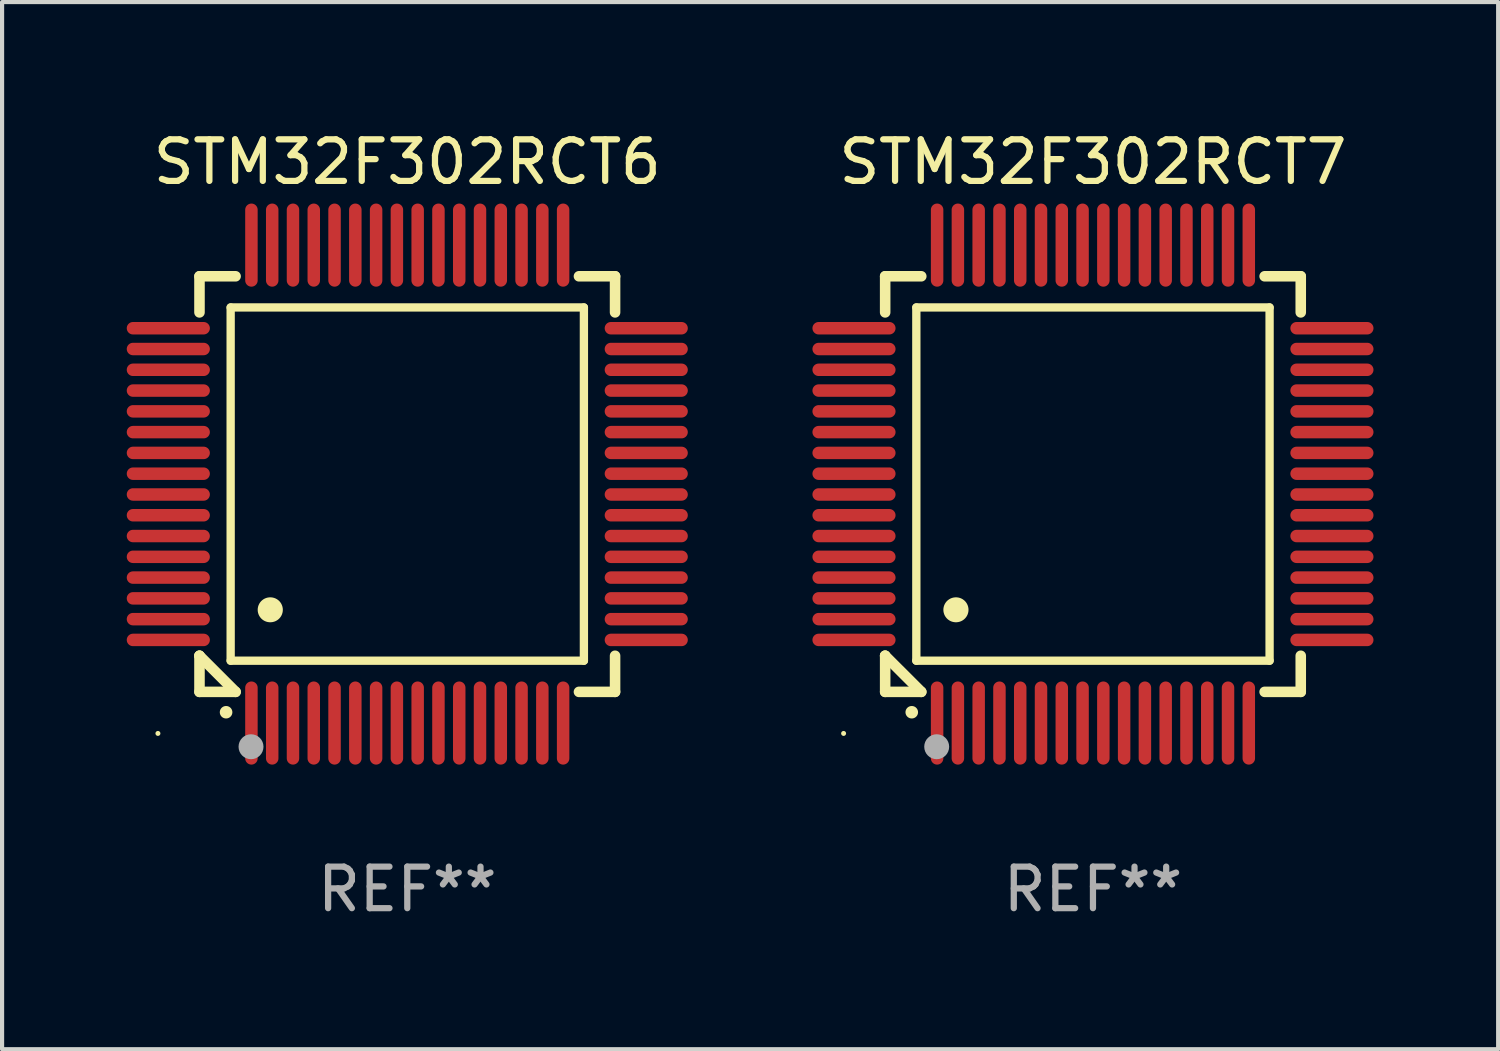
<source format=kicad_pcb>
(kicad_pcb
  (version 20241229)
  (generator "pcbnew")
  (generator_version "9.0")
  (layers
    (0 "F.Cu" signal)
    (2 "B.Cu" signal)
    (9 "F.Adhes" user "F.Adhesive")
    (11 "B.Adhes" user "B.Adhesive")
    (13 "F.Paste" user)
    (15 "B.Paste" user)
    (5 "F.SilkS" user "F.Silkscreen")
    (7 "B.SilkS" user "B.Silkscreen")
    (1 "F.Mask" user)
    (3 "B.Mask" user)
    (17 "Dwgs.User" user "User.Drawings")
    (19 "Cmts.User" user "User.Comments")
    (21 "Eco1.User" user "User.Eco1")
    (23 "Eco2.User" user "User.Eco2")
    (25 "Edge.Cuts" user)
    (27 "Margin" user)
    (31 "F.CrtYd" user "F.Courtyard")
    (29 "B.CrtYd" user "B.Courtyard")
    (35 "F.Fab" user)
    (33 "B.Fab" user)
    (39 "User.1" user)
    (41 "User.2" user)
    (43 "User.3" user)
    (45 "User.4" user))
  (footprint "STM32F302RCT6"
    (layer "F.Cu")
    (at 6.75 8.598)
    (property "Reference" "STM32F302RCT6" (at 0 -7.75 0) (layer "F.SilkS") (effects (font (size 1 1) (thickness 0.15))))
    (attr through_hole)
    (fp_line (start -5 -5) (end -4.131 -5) (stroke (width 0.254) (type solid)) (layer "F.SilkS"))
    (fp_line (start -5 -4.131) (end -5 -5) (stroke (width 0.254) (type solid)) (layer "F.SilkS"))
    (fp_line (start -5 4.131) (end -5 4.131) (stroke (width 0.254) (type solid)) (layer "F.SilkS"))
    (fp_line (start -5 5) (end -5 4.131) (stroke (width 0.254) (type solid)) (layer "F.SilkS"))
    (fp_line (start -5 4.131) (end -4.131 5) (stroke (width 0.254) (type solid)) (layer "F.SilkS"))
    (fp_line (start -4.25 -4.25) (end -4.25 4.25) (stroke (width 0.2) (type solid)) (layer "F.SilkS"))
    (fp_line (start -4.25 4.25) (end 4.25 4.25) (stroke (width 0.2) (type solid)) (layer "F.SilkS"))
    (fp_line (start -4.131 5) (end -5 5) (stroke (width 0.254) (type solid)) (layer "F.SilkS"))
    (fp_line (start 4.25 -4.25) (end -4.25 -4.25) (stroke (width 0.2) (type solid)) (layer "F.SilkS"))
    (fp_line (start 4.25 4.25) (end 4.25 -4.25) (stroke (width 0.2) (type solid)) (layer "F.SilkS"))
    (fp_line (start 5 -5) (end 4.131 -5) (stroke (width 0.254) (type solid)) (layer "F.SilkS"))
    (fp_line (start 5 -5) (end 5 -4.131) (stroke (width 0.254) (type solid)) (layer "F.SilkS"))
    (fp_line (start 5 4.131) (end 5 5) (stroke (width 0.254) (type solid)) (layer "F.SilkS"))
    (fp_line (start 5 5) (end 4.131 5) (stroke (width 0.254) (type solid)) (layer "F.SilkS"))
    (fp_arc (start -4.361265 5.489992) (mid -4.359995 5.489987) (end -4.358725 5.489992) (stroke (width 0.3) (type solid)) (layer "F.SilkS"))
    (fp_arc (start -3.299467 3.025146) (mid -3.296927 3.025135) (end -3.294387 3.025146) (stroke (width 0.6) (type solid)) (layer "F.SilkS"))
    (fp_circle (center -6 6) (end -5.97 6) (stroke (width 0.06) (type solid)) (fill no) (layer "F.SilkS"))
    (fp_circle (center -3.76 6.32) (end -3.61 6.32) (stroke (width 0.3) (type solid)) (fill no) (layer "F.Fab"))
    (fp_text user "REF**" (at 0 9.75 0) (layer "F.Fab") (effects (font (size 1 1) (thickness 0.15))))
    (pad "1" smd oval (at -3.75 5.75) (size 0.3 2) (layers "F.Cu" "F.Mask" "F.Paste"))
    (pad "2" smd oval (at -3.25 5.75) (size 0.3 2) (layers "F.Cu" "F.Mask" "F.Paste"))
    (pad "3" smd oval (at -2.75 5.75) (size 0.3 2) (layers "F.Cu" "F.Mask" "F.Paste"))
    (pad "4" smd oval (at -2.25 5.75) (size 0.3 2) (layers "F.Cu" "F.Mask" "F.Paste"))
    (pad "5" smd oval (at -1.75 5.75) (size 0.3 2) (layers "F.Cu" "F.Mask" "F.Paste"))
    (pad "6" smd oval (at -1.25 5.75) (size 0.3 2) (layers "F.Cu" "F.Mask" "F.Paste"))
    (pad "7" smd oval (at -0.75 5.75) (size 0.3 2) (layers "F.Cu" "F.Mask" "F.Paste"))
    (pad "8" smd oval (at -0.25 5.75) (size 0.3 2) (layers "F.Cu" "F.Mask" "F.Paste"))
    (pad "9" smd oval (at 0.25 5.75) (size 0.3 2) (layers "F.Cu" "F.Mask" "F.Paste"))
    (pad "10" smd oval (at 0.75 5.75) (size 0.3 2) (layers "F.Cu" "F.Mask" "F.Paste"))
    (pad "11" smd oval (at 1.25 5.75) (size 0.3 2) (layers "F.Cu" "F.Mask" "F.Paste"))
    (pad "12" smd oval (at 1.75 5.75) (size 0.3 2) (layers "F.Cu" "F.Mask" "F.Paste"))
    (pad "13" smd oval (at 2.25 5.75) (size 0.3 2) (layers "F.Cu" "F.Mask" "F.Paste"))
    (pad "14" smd oval (at 2.75 5.75) (size 0.3 2) (layers "F.Cu" "F.Mask" "F.Paste"))
    (pad "15" smd oval (at 3.25 5.75) (size 0.3 2) (layers "F.Cu" "F.Mask" "F.Paste"))
    (pad "16" smd oval (at 3.75 5.75) (size 0.3 2) (layers "F.Cu" "F.Mask" "F.Paste"))
    (pad "17" smd oval (at 5.75 3.75) (size 2 0.3) (layers "F.Cu" "F.Mask" "F.Paste"))
    (pad "18" smd oval (at 5.75 3.25) (size 2 0.3) (layers "F.Cu" "F.Mask" "F.Paste"))
    (pad "19" smd oval (at 5.75 2.75) (size 2 0.3) (layers "F.Cu" "F.Mask" "F.Paste"))
    (pad "20" smd oval (at 5.75 2.25) (size 2 0.3) (layers "F.Cu" "F.Mask" "F.Paste"))
    (pad "21" smd oval (at 5.75 1.75) (size 2 0.3) (layers "F.Cu" "F.Mask" "F.Paste"))
    (pad "22" smd oval (at 5.75 1.25) (size 2 0.3) (layers "F.Cu" "F.Mask" "F.Paste"))
    (pad "23" smd oval (at 5.75 0.75) (size 2 0.3) (layers "F.Cu" "F.Mask" "F.Paste"))
    (pad "24" smd oval (at 5.75 0.25) (size 2 0.3) (layers "F.Cu" "F.Mask" "F.Paste"))
    (pad "25" smd oval (at 5.75 -0.25) (size 2 0.3) (layers "F.Cu" "F.Mask" "F.Paste"))
    (pad "26" smd oval (at 5.75 -0.75) (size 2 0.3) (layers "F.Cu" "F.Mask" "F.Paste"))
    (pad "27" smd oval (at 5.75 -1.25) (size 2 0.3) (layers "F.Cu" "F.Mask" "F.Paste"))
    (pad "28" smd oval (at 5.75 -1.75) (size 2 0.3) (layers "F.Cu" "F.Mask" "F.Paste"))
    (pad "29" smd oval (at 5.75 -2.25) (size 2 0.3) (layers "F.Cu" "F.Mask" "F.Paste"))
    (pad "30" smd oval (at 5.75 -2.75) (size 2 0.3) (layers "F.Cu" "F.Mask" "F.Paste"))
    (pad "31" smd oval (at 5.75 -3.25) (size 2 0.3) (layers "F.Cu" "F.Mask" "F.Paste"))
    (pad "32" smd oval (at 5.75 -3.75) (size 2 0.3) (layers "F.Cu" "F.Mask" "F.Paste"))
    (pad "33" smd oval (at 3.75 -5.75) (size 0.3 2) (layers "F.Cu" "F.Mask" "F.Paste"))
    (pad "34" smd oval (at 3.25 -5.75) (size 0.3 2) (layers "F.Cu" "F.Mask" "F.Paste"))
    (pad "35" smd oval (at 2.75 -5.75) (size 0.3 2) (layers "F.Cu" "F.Mask" "F.Paste"))
    (pad "36" smd oval (at 2.25 -5.75) (size 0.3 2) (layers "F.Cu" "F.Mask" "F.Paste"))
    (pad "37" smd oval (at 1.75 -5.75) (size 0.3 2) (layers "F.Cu" "F.Mask" "F.Paste"))
    (pad "38" smd oval (at 1.25 -5.75) (size 0.3 2) (layers "F.Cu" "F.Mask" "F.Paste"))
    (pad "39" smd oval (at 0.75 -5.75) (size 0.3 2) (layers "F.Cu" "F.Mask" "F.Paste"))
    (pad "40" smd oval (at 0.25 -5.75) (size 0.3 2) (layers "F.Cu" "F.Mask" "F.Paste"))
    (pad "41" smd oval (at -0.25 -5.75) (size 0.3 2) (layers "F.Cu" "F.Mask" "F.Paste"))
    (pad "42" smd oval (at -0.75 -5.75) (size 0.3 2) (layers "F.Cu" "F.Mask" "F.Paste"))
    (pad "43" smd oval (at -1.25 -5.75) (size 0.3 2) (layers "F.Cu" "F.Mask" "F.Paste"))
    (pad "44" smd oval (at -1.75 -5.75) (size 0.3 2) (layers "F.Cu" "F.Mask" "F.Paste"))
    (pad "45" smd oval (at -2.25 -5.75) (size 0.3 2) (layers "F.Cu" "F.Mask" "F.Paste"))
    (pad "46" smd oval (at -2.75 -5.75) (size 0.3 2) (layers "F.Cu" "F.Mask" "F.Paste"))
    (pad "47" smd oval (at -3.25 -5.75) (size 0.3 2) (layers "F.Cu" "F.Mask" "F.Paste"))
    (pad "48" smd oval (at -3.75 -5.75) (size 0.3 2) (layers "F.Cu" "F.Mask" "F.Paste"))
    (pad "49" smd oval (at -5.75 -3.75) (size 2 0.3) (layers "F.Cu" "F.Mask" "F.Paste"))
    (pad "50" smd oval (at -5.75 -3.25) (size 2 0.3) (layers "F.Cu" "F.Mask" "F.Paste"))
    (pad "51" smd oval (at -5.75 -2.75) (size 2 0.3) (layers "F.Cu" "F.Mask" "F.Paste"))
    (pad "52" smd oval (at -5.75 -2.25) (size 2 0.3) (layers "F.Cu" "F.Mask" "F.Paste"))
    (pad "53" smd oval (at -5.75 -1.75) (size 2 0.3) (layers "F.Cu" "F.Mask" "F.Paste"))
    (pad "54" smd oval (at -5.75 -1.25) (size 2 0.3) (layers "F.Cu" "F.Mask" "F.Paste"))
    (pad "55" smd oval (at -5.75 -0.75) (size 2 0.3) (layers "F.Cu" "F.Mask" "F.Paste"))
    (pad "56" smd oval (at -5.75 -0.25) (size 2 0.3) (layers "F.Cu" "F.Mask" "F.Paste"))
    (pad "57" smd oval (at -5.75 0.25) (size 2 0.3) (layers "F.Cu" "F.Mask" "F.Paste"))
    (pad "58" smd oval (at -5.75 0.75) (size 2 0.3) (layers "F.Cu" "F.Mask" "F.Paste"))
    (pad "59" smd oval (at -5.75 1.25) (size 2 0.3) (layers "F.Cu" "F.Mask" "F.Paste"))
    (pad "60" smd oval (at -5.75 1.75) (size 2 0.3) (layers "F.Cu" "F.Mask" "F.Paste"))
    (pad "61" smd oval (at -5.75 2.25) (size 2 0.3) (layers "F.Cu" "F.Mask" "F.Paste"))
    (pad "62" smd oval (at -5.75 2.75) (size 2 0.3) (layers "F.Cu" "F.Mask" "F.Paste"))
    (pad "63" smd oval (at -5.75 3.25) (size 2 0.3) (layers "F.Cu" "F.Mask" "F.Paste"))
    (pad "64" smd oval (at -5.75 3.75) (size 2 0.3) (layers "F.Cu" "F.Mask" "F.Paste")))
  (footprint "STM32F302RCT7"
    (layer "F.Cu")
    (at 23.249 8.598)
    (property "Reference" "STM32F302RCT7" (at 0 -7.75 0) (layer "F.SilkS") (effects (font (size 1 1) (thickness 0.15))))
    (attr through_hole)
    (fp_line (start -5 -5) (end -4.131 -5) (stroke (width 0.254) (type solid)) (layer "F.SilkS"))
    (fp_line (start -5 -4.131) (end -5 -5) (stroke (width 0.254) (type solid)) (layer "F.SilkS"))
    (fp_line (start -5 4.131) (end -5 4.131) (stroke (width 0.254) (type solid)) (layer "F.SilkS"))
    (fp_line (start -5 5) (end -5 4.131) (stroke (width 0.254) (type solid)) (layer "F.SilkS"))
    (fp_line (start -5 4.131) (end -4.131 5) (stroke (width 0.254) (type solid)) (layer "F.SilkS"))
    (fp_line (start -4.25 -4.25) (end -4.25 4.25) (stroke (width 0.2) (type solid)) (layer "F.SilkS"))
    (fp_line (start -4.25 4.25) (end 4.25 4.25) (stroke (width 0.2) (type solid)) (layer "F.SilkS"))
    (fp_line (start -4.131 5) (end -5 5) (stroke (width 0.254) (type solid)) (layer "F.SilkS"))
    (fp_line (start 4.25 -4.25) (end -4.25 -4.25) (stroke (width 0.2) (type solid)) (layer "F.SilkS"))
    (fp_line (start 4.25 4.25) (end 4.25 -4.25) (stroke (width 0.2) (type solid)) (layer "F.SilkS"))
    (fp_line (start 5 -5) (end 4.131 -5) (stroke (width 0.254) (type solid)) (layer "F.SilkS"))
    (fp_line (start 5 -5) (end 5 -4.131) (stroke (width 0.254) (type solid)) (layer "F.SilkS"))
    (fp_line (start 5 4.131) (end 5 5) (stroke (width 0.254) (type solid)) (layer "F.SilkS"))
    (fp_line (start 5 5) (end 4.131 5) (stroke (width 0.254) (type solid)) (layer "F.SilkS"))
    (fp_arc (start -4.361265 5.489992) (mid -4.359995 5.489987) (end -4.358725 5.489992) (stroke (width 0.3) (type solid)) (layer "F.SilkS"))
    (fp_arc (start -3.299467 3.025146) (mid -3.296927 3.025135) (end -3.294387 3.025146) (stroke (width 0.6) (type solid)) (layer "F.SilkS"))
    (fp_circle (center -6 6) (end -5.97 6) (stroke (width 0.06) (type solid)) (fill no) (layer "F.SilkS"))
    (fp_circle (center -3.76 6.32) (end -3.61 6.32) (stroke (width 0.3) (type solid)) (fill no) (layer "F.Fab"))
    (fp_text user "REF**" (at 0 9.75 0) (layer "F.Fab") (effects (font (size 1 1) (thickness 0.15))))
    (pad "1" smd oval (at -3.75 5.75) (size 0.3 2) (layers "F.Cu" "F.Mask" "F.Paste"))
    (pad "2" smd oval (at -3.25 5.75) (size 0.3 2) (layers "F.Cu" "F.Mask" "F.Paste"))
    (pad "3" smd oval (at -2.75 5.75) (size 0.3 2) (layers "F.Cu" "F.Mask" "F.Paste"))
    (pad "4" smd oval (at -2.25 5.75) (size 0.3 2) (layers "F.Cu" "F.Mask" "F.Paste"))
    (pad "5" smd oval (at -1.75 5.75) (size 0.3 2) (layers "F.Cu" "F.Mask" "F.Paste"))
    (pad "6" smd oval (at -1.25 5.75) (size 0.3 2) (layers "F.Cu" "F.Mask" "F.Paste"))
    (pad "7" smd oval (at -0.75 5.75) (size 0.3 2) (layers "F.Cu" "F.Mask" "F.Paste"))
    (pad "8" smd oval (at -0.25 5.75) (size 0.3 2) (layers "F.Cu" "F.Mask" "F.Paste"))
    (pad "9" smd oval (at 0.25 5.75) (size 0.3 2) (layers "F.Cu" "F.Mask" "F.Paste"))
    (pad "10" smd oval (at 0.75 5.75) (size 0.3 2) (layers "F.Cu" "F.Mask" "F.Paste"))
    (pad "11" smd oval (at 1.25 5.75) (size 0.3 2) (layers "F.Cu" "F.Mask" "F.Paste"))
    (pad "12" smd oval (at 1.75 5.75) (size 0.3 2) (layers "F.Cu" "F.Mask" "F.Paste"))
    (pad "13" smd oval (at 2.25 5.75) (size 0.3 2) (layers "F.Cu" "F.Mask" "F.Paste"))
    (pad "14" smd oval (at 2.75 5.75) (size 0.3 2) (layers "F.Cu" "F.Mask" "F.Paste"))
    (pad "15" smd oval (at 3.25 5.75) (size 0.3 2) (layers "F.Cu" "F.Mask" "F.Paste"))
    (pad "16" smd oval (at 3.75 5.75) (size 0.3 2) (layers "F.Cu" "F.Mask" "F.Paste"))
    (pad "17" smd oval (at 5.75 3.75) (size 2 0.3) (layers "F.Cu" "F.Mask" "F.Paste"))
    (pad "18" smd oval (at 5.75 3.25) (size 2 0.3) (layers "F.Cu" "F.Mask" "F.Paste"))
    (pad "19" smd oval (at 5.75 2.75) (size 2 0.3) (layers "F.Cu" "F.Mask" "F.Paste"))
    (pad "20" smd oval (at 5.75 2.25) (size 2 0.3) (layers "F.Cu" "F.Mask" "F.Paste"))
    (pad "21" smd oval (at 5.75 1.75) (size 2 0.3) (layers "F.Cu" "F.Mask" "F.Paste"))
    (pad "22" smd oval (at 5.75 1.25) (size 2 0.3) (layers "F.Cu" "F.Mask" "F.Paste"))
    (pad "23" smd oval (at 5.75 0.75) (size 2 0.3) (layers "F.Cu" "F.Mask" "F.Paste"))
    (pad "24" smd oval (at 5.75 0.25) (size 2 0.3) (layers "F.Cu" "F.Mask" "F.Paste"))
    (pad "25" smd oval (at 5.75 -0.25) (size 2 0.3) (layers "F.Cu" "F.Mask" "F.Paste"))
    (pad "26" smd oval (at 5.75 -0.75) (size 2 0.3) (layers "F.Cu" "F.Mask" "F.Paste"))
    (pad "27" smd oval (at 5.75 -1.25) (size 2 0.3) (layers "F.Cu" "F.Mask" "F.Paste"))
    (pad "28" smd oval (at 5.75 -1.75) (size 2 0.3) (layers "F.Cu" "F.Mask" "F.Paste"))
    (pad "29" smd oval (at 5.75 -2.25) (size 2 0.3) (layers "F.Cu" "F.Mask" "F.Paste"))
    (pad "30" smd oval (at 5.75 -2.75) (size 2 0.3) (layers "F.Cu" "F.Mask" "F.Paste"))
    (pad "31" smd oval (at 5.75 -3.25) (size 2 0.3) (layers "F.Cu" "F.Mask" "F.Paste"))
    (pad "32" smd oval (at 5.75 -3.75) (size 2 0.3) (layers "F.Cu" "F.Mask" "F.Paste"))
    (pad "33" smd oval (at 3.75 -5.75) (size 0.3 2) (layers "F.Cu" "F.Mask" "F.Paste"))
    (pad "34" smd oval (at 3.25 -5.75) (size 0.3 2) (layers "F.Cu" "F.Mask" "F.Paste"))
    (pad "35" smd oval (at 2.75 -5.75) (size 0.3 2) (layers "F.Cu" "F.Mask" "F.Paste"))
    (pad "36" smd oval (at 2.25 -5.75) (size 0.3 2) (layers "F.Cu" "F.Mask" "F.Paste"))
    (pad "37" smd oval (at 1.75 -5.75) (size 0.3 2) (layers "F.Cu" "F.Mask" "F.Paste"))
    (pad "38" smd oval (at 1.25 -5.75) (size 0.3 2) (layers "F.Cu" "F.Mask" "F.Paste"))
    (pad "39" smd oval (at 0.75 -5.75) (size 0.3 2) (layers "F.Cu" "F.Mask" "F.Paste"))
    (pad "40" smd oval (at 0.25 -5.75) (size 0.3 2) (layers "F.Cu" "F.Mask" "F.Paste"))
    (pad "41" smd oval (at -0.25 -5.75) (size 0.3 2) (layers "F.Cu" "F.Mask" "F.Paste"))
    (pad "42" smd oval (at -0.75 -5.75) (size 0.3 2) (layers "F.Cu" "F.Mask" "F.Paste"))
    (pad "43" smd oval (at -1.25 -5.75) (size 0.3 2) (layers "F.Cu" "F.Mask" "F.Paste"))
    (pad "44" smd oval (at -1.75 -5.75) (size 0.3 2) (layers "F.Cu" "F.Mask" "F.Paste"))
    (pad "45" smd oval (at -2.25 -5.75) (size 0.3 2) (layers "F.Cu" "F.Mask" "F.Paste"))
    (pad "46" smd oval (at -2.75 -5.75) (size 0.3 2) (layers "F.Cu" "F.Mask" "F.Paste"))
    (pad "47" smd oval (at -3.25 -5.75) (size 0.3 2) (layers "F.Cu" "F.Mask" "F.Paste"))
    (pad "48" smd oval (at -3.75 -5.75) (size 0.3 2) (layers "F.Cu" "F.Mask" "F.Paste"))
    (pad "49" smd oval (at -5.75 -3.75) (size 2 0.3) (layers "F.Cu" "F.Mask" "F.Paste"))
    (pad "50" smd oval (at -5.75 -3.25) (size 2 0.3) (layers "F.Cu" "F.Mask" "F.Paste"))
    (pad "51" smd oval (at -5.75 -2.75) (size 2 0.3) (layers "F.Cu" "F.Mask" "F.Paste"))
    (pad "52" smd oval (at -5.75 -2.25) (size 2 0.3) (layers "F.Cu" "F.Mask" "F.Paste"))
    (pad "53" smd oval (at -5.75 -1.75) (size 2 0.3) (layers "F.Cu" "F.Mask" "F.Paste"))
    (pad "54" smd oval (at -5.75 -1.25) (size 2 0.3) (layers "F.Cu" "F.Mask" "F.Paste"))
    (pad "55" smd oval (at -5.75 -0.75) (size 2 0.3) (layers "F.Cu" "F.Mask" "F.Paste"))
    (pad "56" smd oval (at -5.75 -0.25) (size 2 0.3) (layers "F.Cu" "F.Mask" "F.Paste"))
    (pad "57" smd oval (at -5.75 0.25) (size 2 0.3) (layers "F.Cu" "F.Mask" "F.Paste"))
    (pad "58" smd oval (at -5.75 0.75) (size 2 0.3) (layers "F.Cu" "F.Mask" "F.Paste"))
    (pad "59" smd oval (at -5.75 1.25) (size 2 0.3) (layers "F.Cu" "F.Mask" "F.Paste"))
    (pad "60" smd oval (at -5.75 1.75) (size 2 0.3) (layers "F.Cu" "F.Mask" "F.Paste"))
    (pad "61" smd oval (at -5.75 2.25) (size 2 0.3) (layers "F.Cu" "F.Mask" "F.Paste"))
    (pad "62" smd oval (at -5.75 2.75) (size 2 0.3) (layers "F.Cu" "F.Mask" "F.Paste"))
    (pad "63" smd oval (at -5.75 3.25) (size 2 0.3) (layers "F.Cu" "F.Mask" "F.Paste"))
    (pad "64" smd oval (at -5.75 3.75) (size 2 0.3) (layers "F.Cu" "F.Mask" "F.Paste")))
  (gr_rect
    (start -3 -3)
    (end 32.999 22.196)
    (stroke (width 0.1) (type default))
    (fill no)
    (layer "Edge.Cuts")))
</source>
